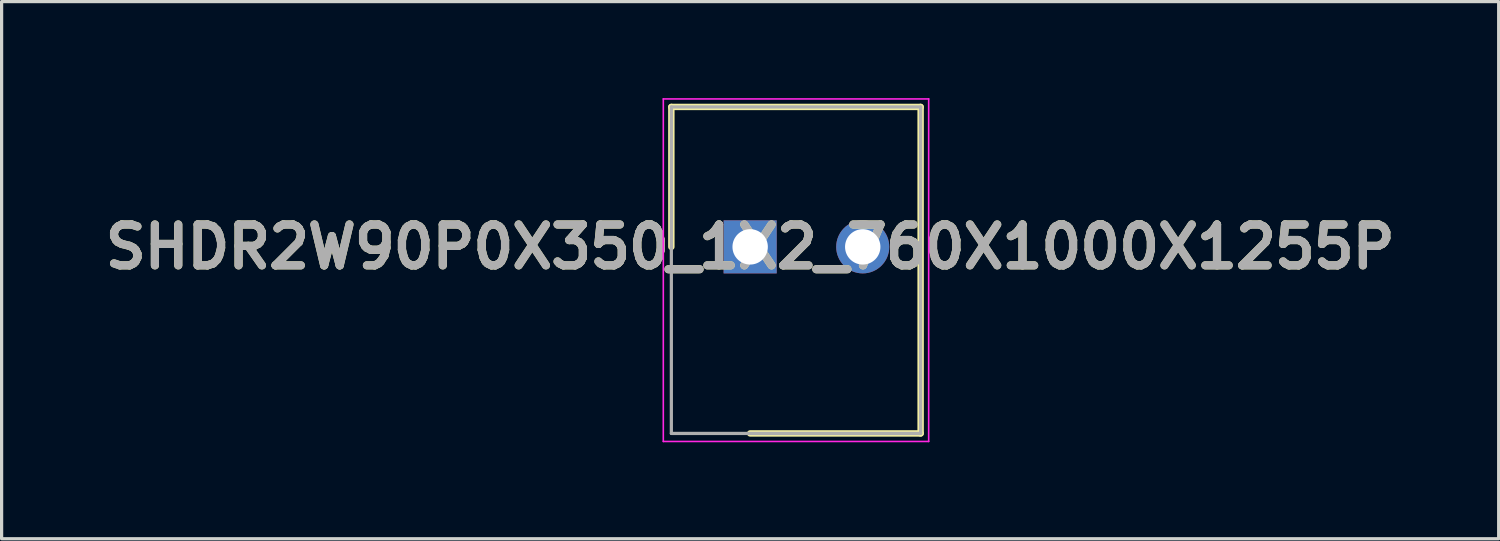
<source format=kicad_pcb>
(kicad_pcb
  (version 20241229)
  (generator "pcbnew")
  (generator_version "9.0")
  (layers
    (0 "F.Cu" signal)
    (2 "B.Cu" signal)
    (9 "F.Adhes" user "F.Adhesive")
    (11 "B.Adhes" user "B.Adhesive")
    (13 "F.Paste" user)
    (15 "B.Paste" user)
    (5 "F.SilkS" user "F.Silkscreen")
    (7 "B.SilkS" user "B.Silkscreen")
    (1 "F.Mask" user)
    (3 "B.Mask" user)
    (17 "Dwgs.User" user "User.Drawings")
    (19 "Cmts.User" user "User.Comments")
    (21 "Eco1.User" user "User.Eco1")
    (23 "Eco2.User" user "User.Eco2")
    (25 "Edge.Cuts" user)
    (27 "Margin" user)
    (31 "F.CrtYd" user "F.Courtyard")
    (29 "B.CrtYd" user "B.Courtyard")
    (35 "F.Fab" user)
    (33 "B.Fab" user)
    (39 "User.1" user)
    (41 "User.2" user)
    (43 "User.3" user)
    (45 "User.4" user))
  (footprint "SHDR2W90P0X350_1X2_760X1000X1255P"
    (layer "F.Cu")
    (at 20.272 4.625)
    (property "Reference" "SHDR2W90P0X350_1X2_760X1000X1255P" (at 0 0 0) (layer "F.SilkS") (effects (font (size 1.27 1.27) (thickness 0.254))))
    (attr through_hole)
    (fp_line (start -2.45 -4.35) (end -2.45 0) (stroke (width 0.2) (type solid)) (layer "F.SilkS"))
    (fp_line (start 0 5.8) (end 5.3 5.8) (stroke (width 0.2) (type solid)) (layer "F.SilkS"))
    (fp_line (start 5.3 -4.35) (end -2.45 -4.35) (stroke (width 0.2) (type solid)) (layer "F.SilkS"))
    (fp_line (start 5.3 5.8) (end 5.3 -4.35) (stroke (width 0.2) (type solid)) (layer "F.SilkS"))
    (fp_line (start -2.7 -4.6) (end 5.55 -4.6) (stroke (width 0.05) (type solid)) (layer "F.CrtYd"))
    (fp_line (start -2.7 6.05) (end -2.7 -4.6) (stroke (width 0.05) (type solid)) (layer "F.CrtYd"))
    (fp_line (start 5.55 -4.6) (end 5.55 6.05) (stroke (width 0.05) (type solid)) (layer "F.CrtYd"))
    (fp_line (start 5.55 6.05) (end -2.7 6.05) (stroke (width 0.05) (type solid)) (layer "F.CrtYd"))
    (fp_line (start -2.45 -4.35) (end 5.3 -4.35) (stroke (width 0.1) (type solid)) (layer "F.Fab"))
    (fp_line (start -2.45 5.8) (end -2.45 -4.35) (stroke (width 0.1) (type solid)) (layer "F.Fab"))
    (fp_line (start 5.3 -4.35) (end 5.3 5.8) (stroke (width 0.1) (type solid)) (layer "F.Fab"))
    (fp_line (start 5.3 5.8) (end -2.45 5.8) (stroke (width 0.1) (type solid)) (layer "F.Fab"))
    (fp_text user "${REFERENCE}" (at 0 0 0) (layer "F.Fab") (effects (font (size 1.27 1.27) (thickness 0.254))))
    (pad "1" thru_hole rect (at 0 0) (size 1.65 1.65) (drill 1.1) (layers "*.Cu" "*.Mask"))
    (pad "2" thru_hole circle (at 3.5 0) (size 1.65 1.65) (drill 1.1) (layers "*.Cu" "*.Mask")))
  (gr_rect
    (start -3 -3)
    (end 43.543 13.7)
    (stroke (width 0.1) (type default))
    (fill no)
    (layer "Edge.Cuts")))
</source>
